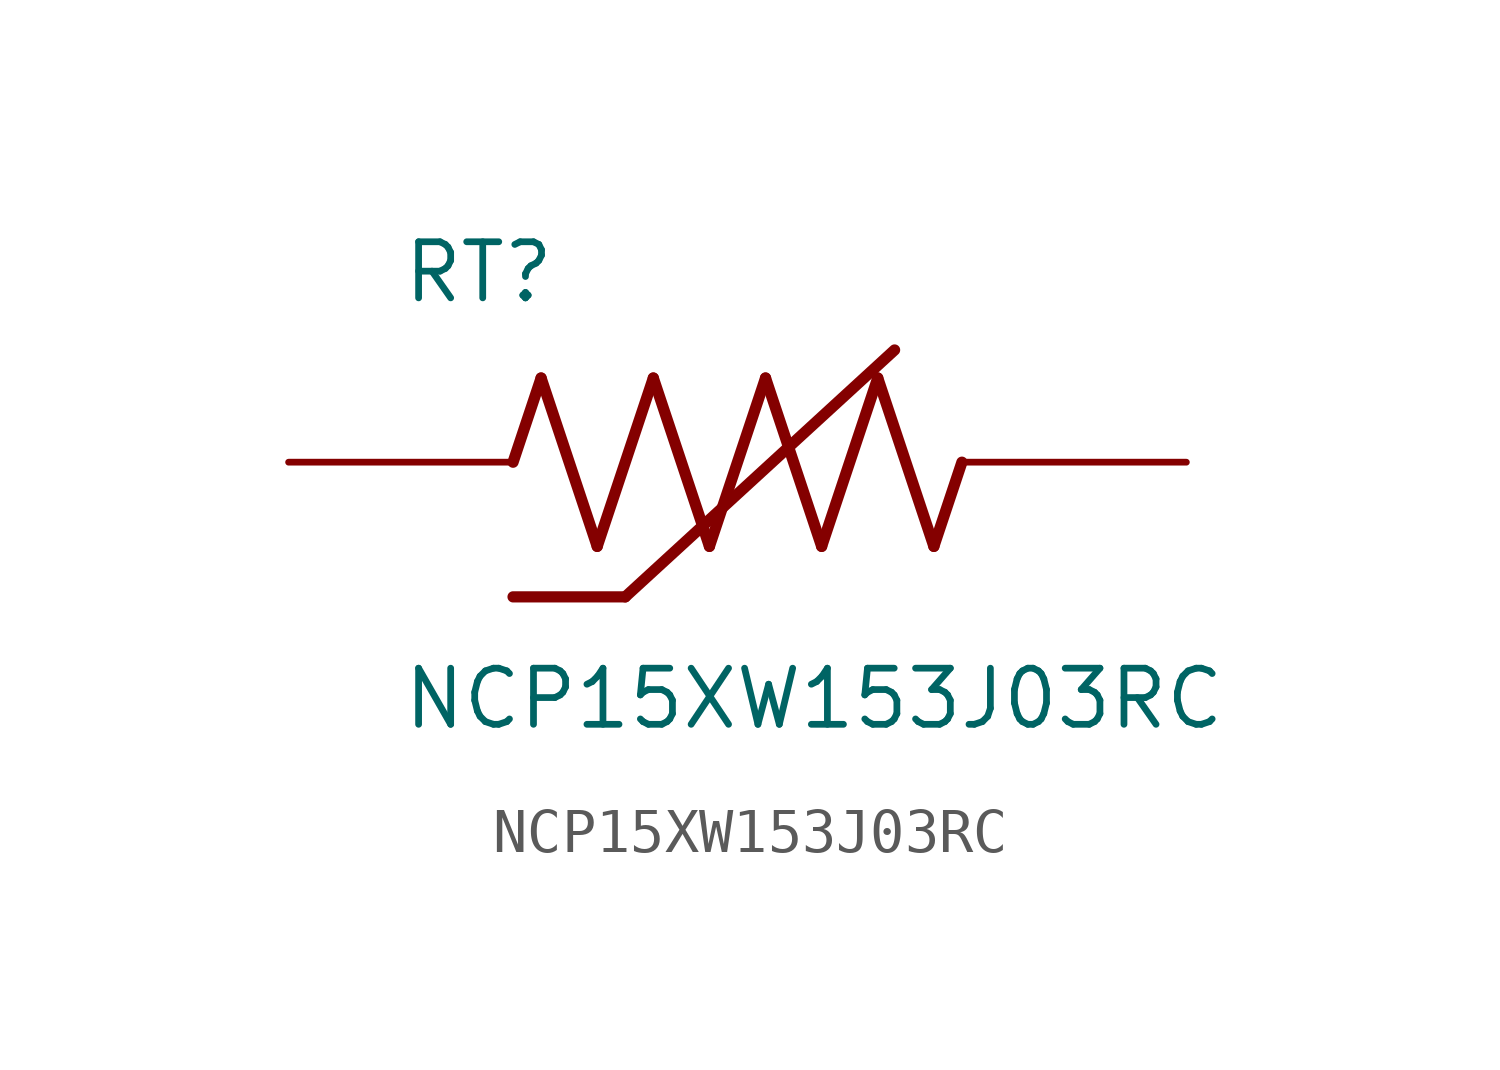
<source format=kicad_sym>
(kicad_symbol_lib
  (version 20211014)
  (generator kicad_symbol_editor)
  (symbol "NCP15XW153J03RC"
    (pin_numbers hide)
    (pin_names
      (offset 1.016) hide)
    (property "Reference" "RT"
      (at -7.62 3.556 0)
      (effects (font (size 1.27 1.27)) (justify left bottom)))
    (property "Value" "NCP15XW153J03RC"
      (at -7.62 -6.096 0)
      (effects (font (size 1.27 1.27)) (justify left bottom)))
    (property "ki_locked" ""
      (at 0 0 0)
      (effects (font (size 1.27 1.27))))
    (symbol "NCP15XW153J03RC_0_0"
      (polyline (pts (xy -5.08 0) (xy -4.445 1.905)) (stroke (width 0.254) (type default) (color 0 0 0 0)) (fill (type none)))
      (polyline (pts (xy -4.445 1.905) (xy -3.175 -1.905)) (stroke (width 0.254) (type default) (color 0 0 0 0)) (fill (type none)))
      (polyline (pts (xy -3.175 -1.905) (xy -1.905 1.905)) (stroke (width 0.254) (type default) (color 0 0 0 0)) (fill (type none)))
      (polyline (pts (xy -2.54 -3.048) (xy -5.08 -3.048)) (stroke (width 0.254) (type default) (color 0 0 0 0)) (fill (type none)))
      (polyline (pts (xy -2.54 -3.048) (xy 3.556 2.54)) (stroke (width 0.254) (type default) (color 0 0 0 0)) (fill (type none)))
      (polyline (pts (xy -1.905 1.905) (xy -0.635 -1.905)) (stroke (width 0.254) (type default) (color 0 0 0 0)) (fill (type none)))
      (polyline (pts (xy -0.635 -1.905) (xy 0.635 1.905)) (stroke (width 0.254) (type default) (color 0 0 0 0)) (fill (type none)))
      (polyline (pts (xy 0.635 1.905) (xy 1.905 -1.905)) (stroke (width 0.254) (type default) (color 0 0 0 0)) (fill (type none)))
      (polyline (pts (xy 1.905 -1.905) (xy 3.175 1.905)) (stroke (width 0.254) (type default) (color 0 0 0 0)) (fill (type none)))
      (polyline (pts (xy 3.175 1.905) (xy 4.445 -1.905)) (stroke (width 0.254) (type default) (color 0 0 0 0)) (fill (type none)))
      (polyline (pts (xy 4.445 -1.905) (xy 5.08 0)) (stroke (width 0.254) (type default) (color 0 0 0 0)) (fill (type none)))
      (pin passive line (at -10.16 0 0) (length 5.08) (name "~" (effects (font (size 1.016 1.016)))) (number "1" (effects (font (size 1.016 1.016)))))
      (pin passive line (at 10.16 0 180) (length 5.08) (name "~" (effects (font (size 1.016 1.016)))) (number "2" (effects (font (size 1.016 1.016))))))))
</source>
